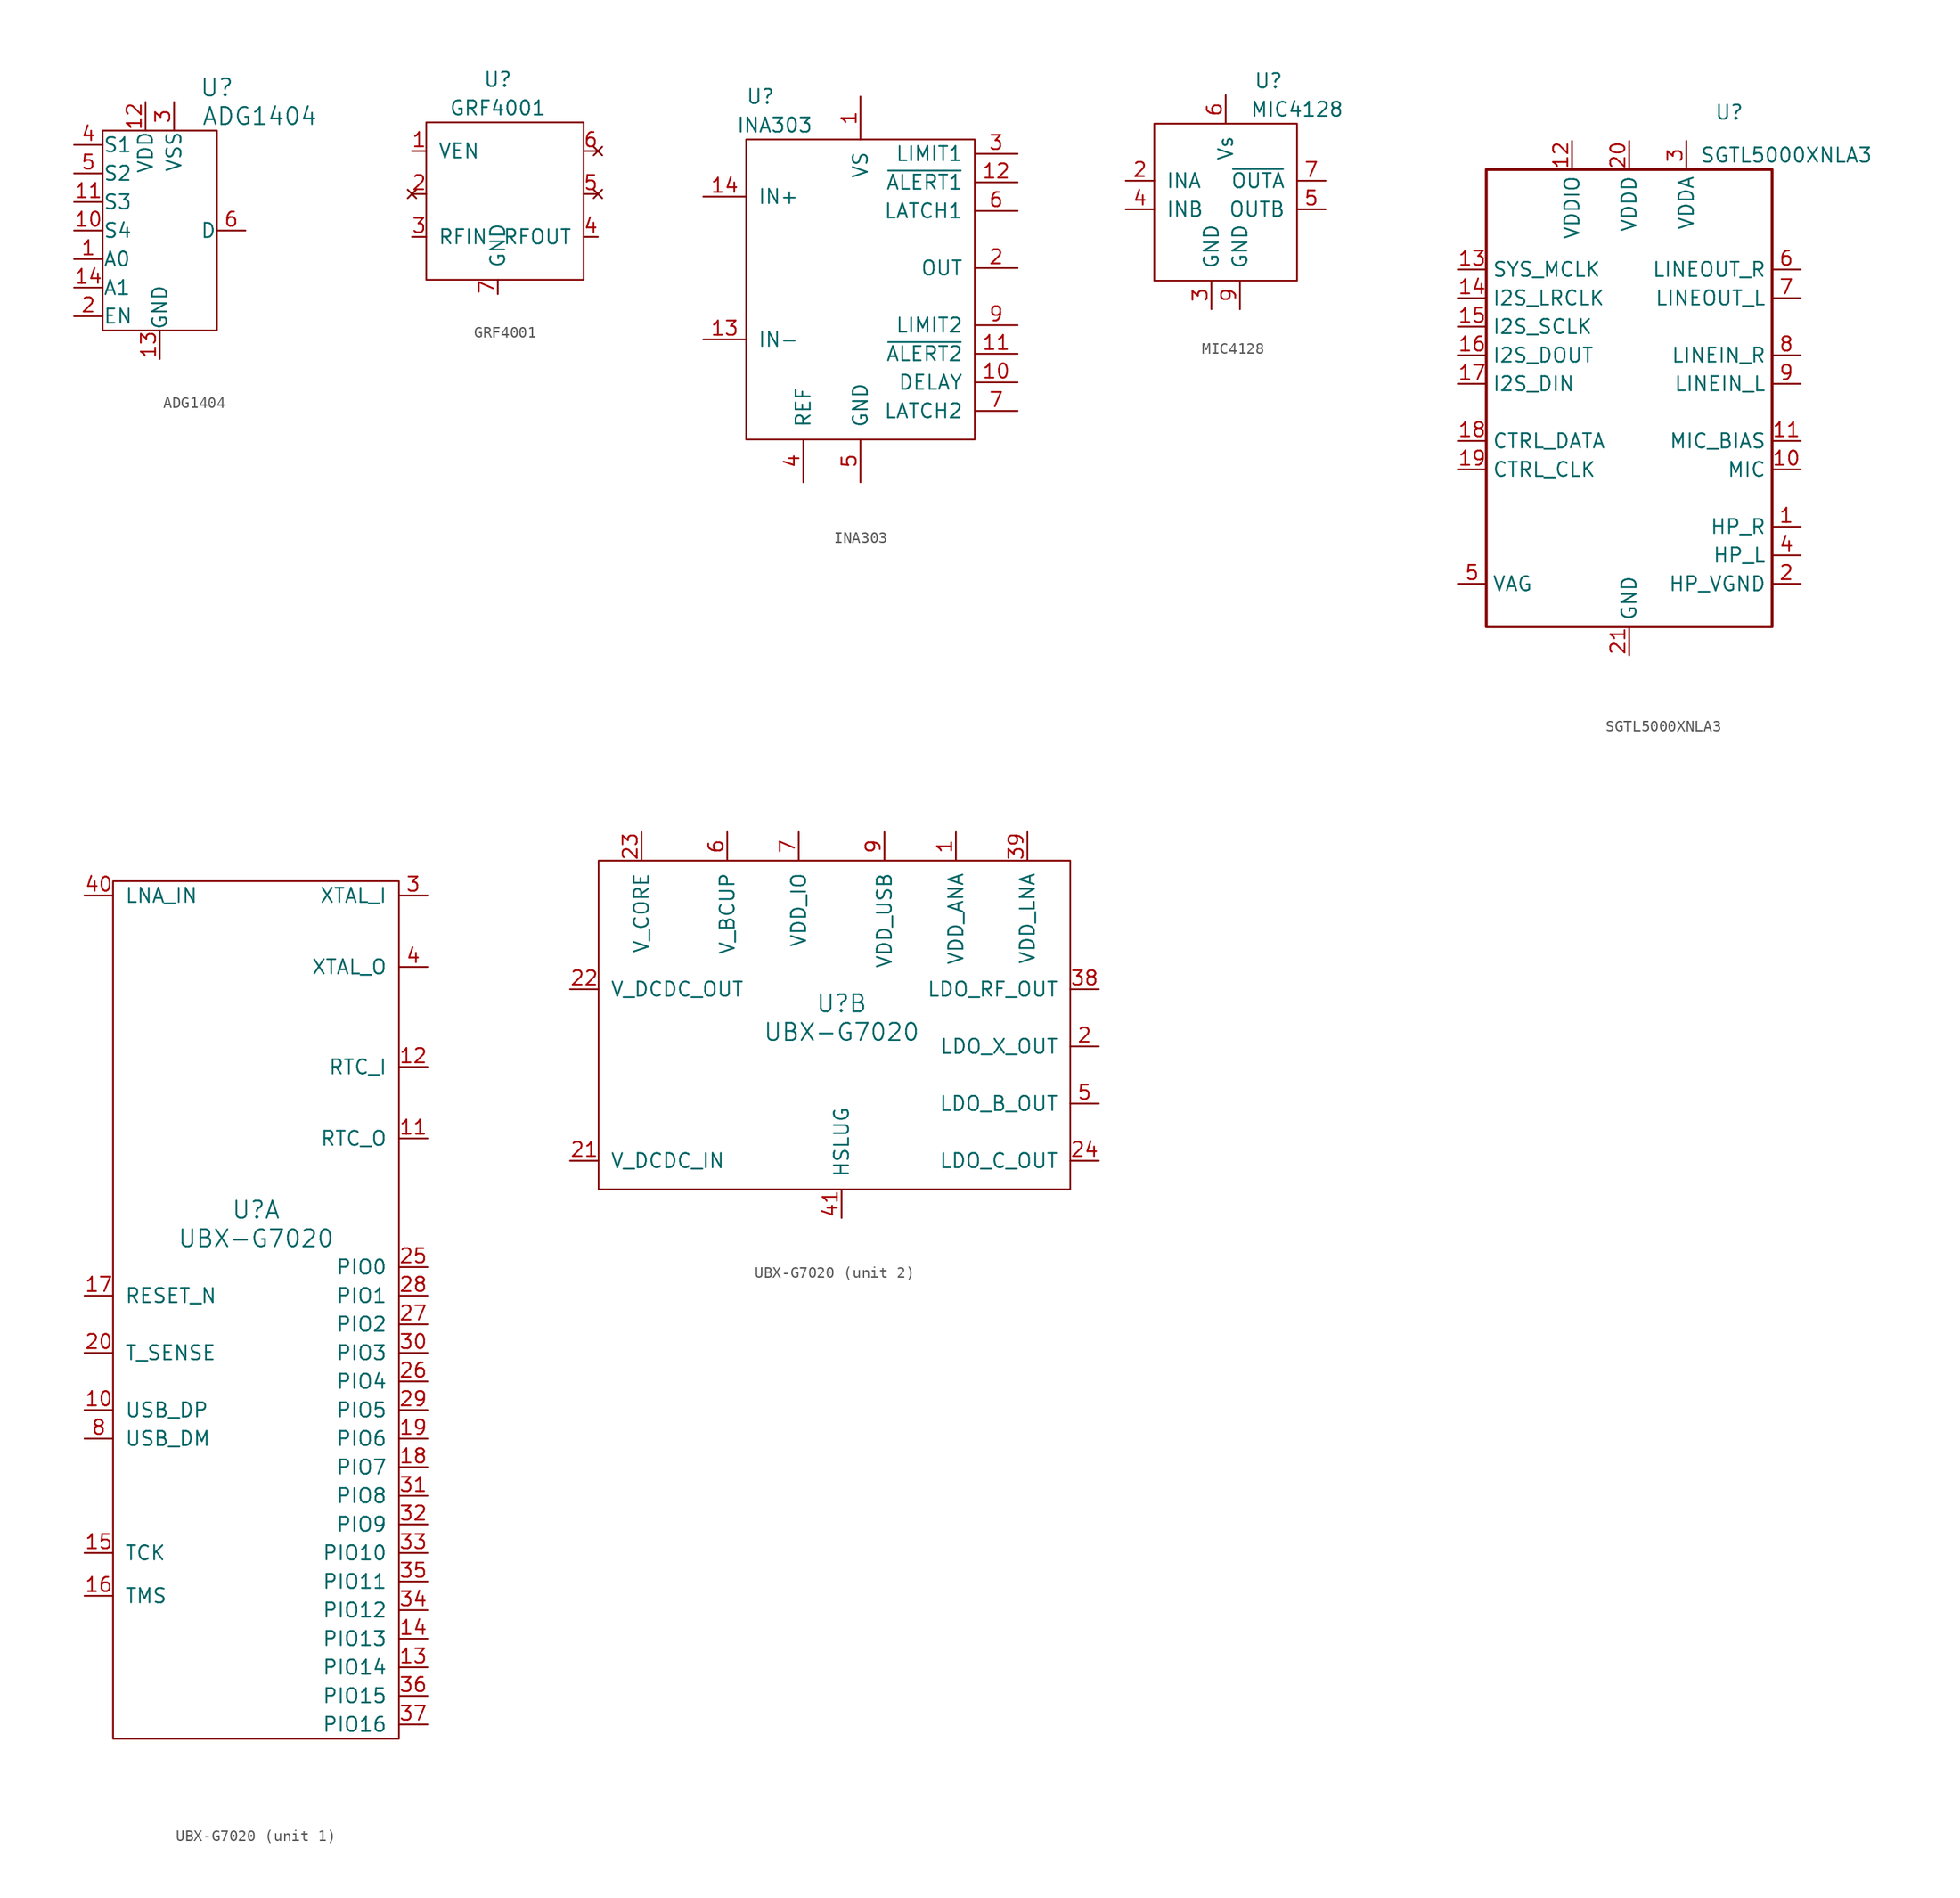
<source format=kicad_sym>
(kicad_symbol_lib
  (version 20211014)
  (generator kicad_symbol_editor)
  (symbol "ADG1404"
    (pin_names
      (offset 0.025))
    (property "Reference" "U"
      (at 5.08 11.43 0)
      (effects (font (size 1.524 1.524))))
    (property "Value" "ADG1404"
      (at 8.89 8.89 0)
      (effects (font (size 1.524 1.524))))
    (symbol "ADG1404_0_1"
      (rectangle (start -5.08 7.62) (end 5.08 -10.16) (stroke (width 0) (type default) (color 0 0 0 0)) (fill (type none))))
    (symbol "ADG1404_1_1"
      (pin input line (at -7.62 -3.81 0) (length 2.54) (name "A0" (effects (font (size 1.27 1.27)))) (number "1" (effects (font (size 1.27 1.27)))))
      (pin bidirectional line (at -7.62 -1.27 0) (length 2.54) (name "S4" (effects (font (size 1.27 1.27)))) (number "10" (effects (font (size 1.27 1.27)))))
      (pin bidirectional line (at -7.62 1.27 0) (length 2.54) (name "S3" (effects (font (size 1.27 1.27)))) (number "11" (effects (font (size 1.27 1.27)))))
      (pin power_in line (at -1.27 10.16 270) (length 2.54) (name "VDD" (effects (font (size 1.27 1.27)))) (number "12" (effects (font (size 1.27 1.27)))))
      (pin power_in line (at 0 -12.7 90) (length 2.54) (name "GND" (effects (font (size 1.27 1.27)))) (number "13" (effects (font (size 1.27 1.27)))))
      (pin input line (at -7.62 -6.35 0) (length 2.54) (name "A1" (effects (font (size 1.27 1.27)))) (number "14" (effects (font (size 1.27 1.27)))))
      (pin input line (at -7.62 -8.89 0) (length 2.54) (name "EN" (effects (font (size 1.27 1.27)))) (number "2" (effects (font (size 1.27 1.27)))))
      (pin power_in line (at 1.27 10.16 270) (length 2.54) (name "VSS" (effects (font (size 1.27 1.27)))) (number "3" (effects (font (size 1.27 1.27)))))
      (pin bidirectional line (at -7.62 6.35 0) (length 2.54) (name "S1" (effects (font (size 1.27 1.27)))) (number "4" (effects (font (size 1.27 1.27)))))
      (pin bidirectional line (at -7.62 3.81 0) (length 2.54) (name "S2" (effects (font (size 1.27 1.27)))) (number "5" (effects (font (size 1.27 1.27)))))
      (pin bidirectional line (at 7.62 -1.27 180) (length 2.54) (name "D" (effects (font (size 1.27 1.27)))) (number "6" (effects (font (size 1.27 1.27)))))))
  (symbol "GRF4001"
    (pin_names
      (offset 1.016))
    (property "Reference" "U"
      (at 0 10.16 0)
      (effects (font (size 1.27 1.27))))
    (property "Value" "GRF4001"
      (at 0 7.62 0)
      (effects (font (size 1.27 1.27))))
    (symbol "GRF4001_0_1"
      (rectangle (start -6.35 6.35) (end 7.62 -7.62) (stroke (width 0) (type default) (color 0 0 0 0)) (fill (type none))))
    (symbol "GRF4001_1_1"
      (pin input line (at -7.62 3.81 0) (length 1.27) (name "VEN" (effects (font (size 1.27 1.27)))) (number "1" (effects (font (size 1.27 1.27)))))
      (pin no_connect line (at -7.62 0 0) (length 1.27) (name "~" (effects (font (size 1.27 1.27)))) (number "2" (effects (font (size 1.27 1.27)))))
      (pin input line (at -7.62 -3.81 0) (length 1.27) (name "RFIN" (effects (font (size 1.27 1.27)))) (number "3" (effects (font (size 1.27 1.27)))))
      (pin output line (at 8.89 -3.81 180) (length 1.27) (name "RFOUT" (effects (font (size 1.27 1.27)))) (number "4" (effects (font (size 1.27 1.27)))))
      (pin no_connect line (at 8.89 0 180) (length 1.27) (name "~" (effects (font (size 1.27 1.27)))) (number "5" (effects (font (size 1.27 1.27)))))
      (pin no_connect line (at 8.89 3.81 180) (length 1.27) (name "~" (effects (font (size 1.27 1.27)))) (number "6" (effects (font (size 1.27 1.27)))))
      (pin power_in line (at 0 -8.89 90) (length 1.27) (name "GND" (effects (font (size 1.27 1.27)))) (number "7" (effects (font (size 1.27 1.27)))))))
  (symbol "INA303"
    (pin_names
      (offset 1.016))
    (property "Reference" "U"
      (at -8.89 15.24 0)
      (effects (font (size 1.27 1.27))))
    (property "Value" "INA303"
      (at -7.62 12.7 0)
      (effects (font (size 1.27 1.27))))
    (symbol "INA303_0_1"
      (rectangle (start -10.16 11.43) (end 10.16 -15.24) (stroke (width 0) (type default) (color 0 0 0 0)) (fill (type none))))
    (symbol "INA303_1_1"
      (pin power_in line (at 0 15.24 270) (length 3.81) (name "VS" (effects (font (size 1.27 1.27)))) (number "1" (effects (font (size 1.27 1.27)))))
      (pin output line (at 13.97 -10.16 180) (length 3.81) (name "DELAY" (effects (font (size 1.27 1.27)))) (number "10" (effects (font (size 1.27 1.27)))))
      (pin open_collector line (at 13.97 -7.62 180) (length 3.81) (name "~{ALERT2}" (effects (font (size 1.27 1.27)))) (number "11" (effects (font (size 1.27 1.27)))))
      (pin open_collector line (at 13.97 7.62 180) (length 3.81) (name "~{ALERT1}" (effects (font (size 1.27 1.27)))) (number "12" (effects (font (size 1.27 1.27)))))
      (pin input line (at -13.97 -6.35 0) (length 3.81) (name "IN-" (effects (font (size 1.27 1.27)))) (number "13" (effects (font (size 1.27 1.27)))))
      (pin input line (at -13.97 6.35 0) (length 3.81) (name "IN+" (effects (font (size 1.27 1.27)))) (number "14" (effects (font (size 1.27 1.27)))))
      (pin output line (at 13.97 0 180) (length 3.81) (name "OUT" (effects (font (size 1.27 1.27)))) (number "2" (effects (font (size 1.27 1.27)))))
      (pin output line (at 13.97 10.16 180) (length 3.81) (name "LIMIT1" (effects (font (size 1.27 1.27)))) (number "3" (effects (font (size 1.27 1.27)))))
      (pin power_in line (at -5.08 -19.05 90) (length 3.81) (name "REF" (effects (font (size 1.27 1.27)))) (number "4" (effects (font (size 1.27 1.27)))))
      (pin power_in line (at 0 -19.05 90) (length 3.81) (name "GND" (effects (font (size 1.27 1.27)))) (number "5" (effects (font (size 1.27 1.27)))))
      (pin input line (at 13.97 5.08 180) (length 3.81) (name "LATCH1" (effects (font (size 1.27 1.27)))) (number "6" (effects (font (size 1.27 1.27)))))
      (pin output line (at 13.97 -12.7 180) (length 3.81) (name "LATCH2" (effects (font (size 1.27 1.27)))) (number "7" (effects (font (size 1.27 1.27)))))
      (pin output line (at 13.97 -5.08 180) (length 3.81) (name "LIMIT2" (effects (font (size 1.27 1.27)))) (number "9" (effects (font (size 1.27 1.27)))))))
  (symbol "MIC4128"
    (pin_names
      (offset 1.016))
    (property "Reference" "U"
      (at 3.81 10.16 0)
      (effects (font (size 1.27 1.27))))
    (property "Value" "MIC4128"
      (at 6.35 7.62 0)
      (effects (font (size 1.27 1.27))))
    (symbol "MIC4128_0_1"
      (rectangle (start -6.35 6.35) (end 6.35 -7.62) (stroke (width 0) (type default) (color 0 0 0 0)) (fill (type none))))
    (symbol "MIC4128_1_1"
      (pin input line (at -8.89 1.27 0) (length 2.54) (name "INA" (effects (font (size 1.27 1.27)))) (number "2" (effects (font (size 1.27 1.27)))))
      (pin power_in line (at -1.27 -10.16 90) (length 2.54) (name "GND" (effects (font (size 1.27 1.27)))) (number "3" (effects (font (size 1.27 1.27)))))
      (pin input line (at -8.89 -1.27 0) (length 2.54) (name "INB" (effects (font (size 1.27 1.27)))) (number "4" (effects (font (size 1.27 1.27)))))
      (pin output line (at 8.89 -1.27 180) (length 2.54) (name "OUTB" (effects (font (size 1.27 1.27)))) (number "5" (effects (font (size 1.27 1.27)))))
      (pin power_in line (at 0 8.89 270) (length 2.54) (name "Vs" (effects (font (size 1.27 1.27)))) (number "6" (effects (font (size 1.27 1.27)))))
      (pin output line (at 8.89 1.27 180) (length 2.54) (name "~{OUTA}" (effects (font (size 1.27 1.27)))) (number "7" (effects (font (size 1.27 1.27)))))
      (pin power_in line (at 1.27 -10.16 90) (length 2.54) (name "GND" (effects (font (size 1.27 1.27)))) (number "9" (effects (font (size 1.27 1.27)))))))
  (symbol "SGTL5000XNLA3"
    (property "Reference" "U"
      (at 8.89 24.13 0)
      (effects (font (size 1.27 1.27))))
    (property "Value" "SGTL5000XNLA3"
      (at 13.97 20.32 0)
      (effects (font (size 1.27 1.27))))
    (symbol "SGTL5000XNLA3_0_1"
      (rectangle (start -12.7 19.05) (end 12.7 -21.59) (stroke (width 0.254) (type default) (color 0 0 0 0)) (fill (type none))))
    (symbol "SGTL5000XNLA3_1_1"
      (pin output line (at 15.24 -12.7 180) (length 2.54) (name "HP_R" (effects (font (size 1.27 1.27)))) (number "1" (effects (font (size 1.27 1.27)))))
      (pin input line (at 15.24 -7.62 180) (length 2.54) (name "MIC" (effects (font (size 1.27 1.27)))) (number "10" (effects (font (size 1.27 1.27)))))
      (pin input line (at 15.24 -5.08 180) (length 2.54) (name "MIC_BIAS" (effects (font (size 1.27 1.27)))) (number "11" (effects (font (size 1.27 1.27)))))
      (pin power_in line (at -5.08 21.59 270) (length 2.54) (name "VDDIO" (effects (font (size 1.27 1.27)))) (number "12" (effects (font (size 1.27 1.27)))))
      (pin input line (at -15.24 10.16 0) (length 2.54) (name "SYS_MCLK" (effects (font (size 1.27 1.27)))) (number "13" (effects (font (size 1.27 1.27)))))
      (pin input line (at -15.24 7.62 0) (length 2.54) (name "I2S_LRCLK" (effects (font (size 1.27 1.27)))) (number "14" (effects (font (size 1.27 1.27)))))
      (pin input line (at -15.24 5.08 0) (length 2.54) (name "I2S_SCLK" (effects (font (size 1.27 1.27)))) (number "15" (effects (font (size 1.27 1.27)))))
      (pin output line (at -15.24 2.54 0) (length 2.54) (name "I2S_DOUT" (effects (font (size 1.27 1.27)))) (number "16" (effects (font (size 1.27 1.27)))))
      (pin input line (at -15.24 0 0) (length 2.54) (name "I2S_DIN" (effects (font (size 1.27 1.27)))) (number "17" (effects (font (size 1.27 1.27)))))
      (pin input line (at -15.24 -5.08 0) (length 2.54) (name "CTRL_DATA" (effects (font (size 1.27 1.27)))) (number "18" (effects (font (size 1.27 1.27)))))
      (pin input line (at -15.24 -7.62 0) (length 2.54) (name "CTRL_CLK" (effects (font (size 1.27 1.27)))) (number "19" (effects (font (size 1.27 1.27)))))
      (pin power_out line (at 15.24 -17.78 180) (length 2.54) (name "HP_VGND" (effects (font (size 1.27 1.27)))) (number "2" (effects (font (size 1.27 1.27)))))
      (pin power_in line (at 0 21.59 270) (length 2.54) (name "VDDD" (effects (font (size 1.27 1.27)))) (number "20" (effects (font (size 1.27 1.27)))))
      (pin power_in line (at 0 -24.13 90) (length 2.54) (name "GND" (effects (font (size 1.27 1.27)))) (number "21" (effects (font (size 1.27 1.27)))))
      (pin power_in line (at 5.08 21.59 270) (length 2.54) (name "VDDA" (effects (font (size 1.27 1.27)))) (number "3" (effects (font (size 1.27 1.27)))))
      (pin output line (at 15.24 -15.24 180) (length 2.54) (name "HP_L" (effects (font (size 1.27 1.27)))) (number "4" (effects (font (size 1.27 1.27)))))
      (pin passive line (at -15.24 -17.78 0) (length 2.54) (name "VAG" (effects (font (size 1.27 1.27)))) (number "5" (effects (font (size 1.27 1.27)))))
      (pin output line (at 15.24 10.16 180) (length 2.54) (name "LINEOUT_R" (effects (font (size 1.27 1.27)))) (number "6" (effects (font (size 1.27 1.27)))))
      (pin output line (at 15.24 7.62 180) (length 2.54) (name "LINEOUT_L" (effects (font (size 1.27 1.27)))) (number "7" (effects (font (size 1.27 1.27)))))
      (pin input line (at 15.24 2.54 180) (length 2.54) (name "LINEIN_R" (effects (font (size 1.27 1.27)))) (number "8" (effects (font (size 1.27 1.27)))))
      (pin input line (at 15.24 0 180) (length 2.54) (name "LINEIN_L" (effects (font (size 1.27 1.27)))) (number "9" (effects (font (size 1.27 1.27)))))))
  (symbol "UBX-G7020"
    (pin_names
      (offset 1.016))
    (property "Reference" "U"
      (at 0 1.27 0)
      (effects (font (size 1.524 1.524))))
    (property "Value" "UBX-G7020"
      (at 0 -1.27 0)
      (effects (font (size 1.524 1.524))))
    (property "ki_locked" ""
      (at 0 0 0)
      (effects (font (size 1.27 1.27))))
    (symbol "UBX-G7020_1_1"
      (rectangle (start -12.7 30.48) (end 12.7 -45.72) (stroke (width 0) (type default) (color 0 0 0 0)) (fill (type none)))
      (pin bidirectional line (at -15.24 -16.51 0) (length 2.54) (name "USB_DP" (effects (font (size 1.27 1.27)))) (number "10" (effects (font (size 1.27 1.27)))))
      (pin output line (at 15.24 7.62 180) (length 2.54) (name "RTC_O" (effects (font (size 1.27 1.27)))) (number "11" (effects (font (size 1.27 1.27)))))
      (pin input line (at 15.24 13.97 180) (length 2.54) (name "RTC_I" (effects (font (size 1.27 1.27)))) (number "12" (effects (font (size 1.27 1.27)))))
      (pin bidirectional line (at 15.24 -39.37 180) (length 2.54) (name "PIO14" (effects (font (size 1.27 1.27)))) (number "13" (effects (font (size 1.27 1.27)))))
      (pin bidirectional line (at 15.24 -36.83 180) (length 2.54) (name "PIO13" (effects (font (size 1.27 1.27)))) (number "14" (effects (font (size 1.27 1.27)))))
      (pin input line (at -15.24 -29.21 0) (length 2.54) (name "TCK" (effects (font (size 1.27 1.27)))) (number "15" (effects (font (size 1.27 1.27)))))
      (pin input line (at -15.24 -33.02 0) (length 2.54) (name "TMS" (effects (font (size 1.27 1.27)))) (number "16" (effects (font (size 1.27 1.27)))))
      (pin input line (at -15.24 -6.35 0) (length 2.54) (name "RESET_N" (effects (font (size 1.27 1.27)))) (number "17" (effects (font (size 1.27 1.27)))))
      (pin bidirectional line (at 15.24 -21.59 180) (length 2.54) (name "PIO7" (effects (font (size 1.27 1.27)))) (number "18" (effects (font (size 1.27 1.27)))))
      (pin bidirectional line (at 15.24 -19.05 180) (length 2.54) (name "PIO6" (effects (font (size 1.27 1.27)))) (number "19" (effects (font (size 1.27 1.27)))))
      (pin input line (at -15.24 -11.43 0) (length 2.54) (name "T_SENSE" (effects (font (size 1.27 1.27)))) (number "20" (effects (font (size 1.27 1.27)))))
      (pin bidirectional line (at 15.24 -3.81 180) (length 2.54) (name "PIO0" (effects (font (size 1.27 1.27)))) (number "25" (effects (font (size 1.27 1.27)))))
      (pin bidirectional line (at 15.24 -13.97 180) (length 2.54) (name "PIO4" (effects (font (size 1.27 1.27)))) (number "26" (effects (font (size 1.27 1.27)))))
      (pin bidirectional line (at 15.24 -8.89 180) (length 2.54) (name "PIO2" (effects (font (size 1.27 1.27)))) (number "27" (effects (font (size 1.27 1.27)))))
      (pin bidirectional line (at 15.24 -6.35 180) (length 2.54) (name "PIO1" (effects (font (size 1.27 1.27)))) (number "28" (effects (font (size 1.27 1.27)))))
      (pin bidirectional line (at 15.24 -16.51 180) (length 2.54) (name "PIO5" (effects (font (size 1.27 1.27)))) (number "29" (effects (font (size 1.27 1.27)))))
      (pin input line (at 15.24 29.21 180) (length 2.54) (name "XTAL_I" (effects (font (size 1.27 1.27)))) (number "3" (effects (font (size 1.27 1.27)))))
      (pin bidirectional line (at 15.24 -11.43 180) (length 2.54) (name "PIO3" (effects (font (size 1.27 1.27)))) (number "30" (effects (font (size 1.27 1.27)))))
      (pin bidirectional line (at 15.24 -24.13 180) (length 2.54) (name "PIO8" (effects (font (size 1.27 1.27)))) (number "31" (effects (font (size 1.27 1.27)))))
      (pin bidirectional line (at 15.24 -26.67 180) (length 2.54) (name "PIO9" (effects (font (size 1.27 1.27)))) (number "32" (effects (font (size 1.27 1.27)))))
      (pin bidirectional line (at 15.24 -29.21 180) (length 2.54) (name "PIO10" (effects (font (size 1.27 1.27)))) (number "33" (effects (font (size 1.27 1.27)))))
      (pin bidirectional line (at 15.24 -34.29 180) (length 2.54) (name "PIO12" (effects (font (size 1.27 1.27)))) (number "34" (effects (font (size 1.27 1.27)))))
      (pin bidirectional line (at 15.24 -31.75 180) (length 2.54) (name "PIO11" (effects (font (size 1.27 1.27)))) (number "35" (effects (font (size 1.27 1.27)))))
      (pin bidirectional line (at 15.24 -41.91 180) (length 2.54) (name "PIO15" (effects (font (size 1.27 1.27)))) (number "36" (effects (font (size 1.27 1.27)))))
      (pin bidirectional line (at 15.24 -44.45 180) (length 2.54) (name "PIO16" (effects (font (size 1.27 1.27)))) (number "37" (effects (font (size 1.27 1.27)))))
      (pin output line (at 15.24 22.86 180) (length 2.54) (name "XTAL_O" (effects (font (size 1.27 1.27)))) (number "4" (effects (font (size 1.27 1.27)))))
      (pin input line (at -15.24 29.21 0) (length 2.54) (name "LNA_IN" (effects (font (size 1.27 1.27)))) (number "40" (effects (font (size 1.27 1.27)))))
      (pin bidirectional line (at -15.24 -19.05 0) (length 2.54) (name "USB_DM" (effects (font (size 1.27 1.27)))) (number "8" (effects (font (size 1.27 1.27))))))
    (symbol "UBX-G7020_2_1"
      (rectangle (start -21.59 13.97) (end 20.32 -15.24) (stroke (width 0) (type default) (color 0 0 0 0)) (fill (type none)))
      (pin power_in line (at 10.16 16.51 270) (length 2.54) (name "VDD_ANA" (effects (font (size 1.27 1.27)))) (number "1" (effects (font (size 1.27 1.27)))))
      (pin power_out line (at 22.86 -2.54 180) (length 2.54) (name "LDO_X_OUT" (effects (font (size 1.27 1.27)))) (number "2" (effects (font (size 1.27 1.27)))))
      (pin power_in line (at -24.13 -12.7 0) (length 2.54) (name "V_DCDC_IN" (effects (font (size 1.27 1.27)))) (number "21" (effects (font (size 1.27 1.27)))))
      (pin power_out line (at -24.13 2.54 0) (length 2.54) (name "V_DCDC_OUT" (effects (font (size 1.27 1.27)))) (number "22" (effects (font (size 1.27 1.27)))))
      (pin power_in line (at -17.78 16.51 270) (length 2.54) (name "V_CORE" (effects (font (size 1.27 1.27)))) (number "23" (effects (font (size 1.27 1.27)))))
      (pin power_out line (at 22.86 -12.7 180) (length 2.54) (name "LDO_C_OUT" (effects (font (size 1.27 1.27)))) (number "24" (effects (font (size 1.27 1.27)))))
      (pin power_in line (at 22.86 2.54 180) (length 2.54) (name "LDO_RF_OUT" (effects (font (size 1.27 1.27)))) (number "38" (effects (font (size 1.27 1.27)))))
      (pin power_in line (at 16.51 16.51 270) (length 2.54) (name "VDD_LNA" (effects (font (size 1.27 1.27)))) (number "39" (effects (font (size 1.27 1.27)))))
      (pin power_in line (at 0 -17.78 90) (length 2.54) (name "HSLUG" (effects (font (size 1.27 1.27)))) (number "41" (effects (font (size 1.27 1.27)))))
      (pin power_out line (at 22.86 -7.62 180) (length 2.54) (name "LDO_B_OUT" (effects (font (size 1.27 1.27)))) (number "5" (effects (font (size 1.27 1.27)))))
      (pin power_in line (at -10.16 16.51 270) (length 2.54) (name "V_BCUP" (effects (font (size 1.27 1.27)))) (number "6" (effects (font (size 1.27 1.27)))))
      (pin power_in line (at -3.81 16.51 270) (length 2.54) (name "VDD_IO" (effects (font (size 1.27 1.27)))) (number "7" (effects (font (size 1.27 1.27)))))
      (pin power_in line (at 3.81 16.51 270) (length 2.54) (name "VDD_USB" (effects (font (size 1.27 1.27)))) (number "9" (effects (font (size 1.27 1.27))))))))
</source>
